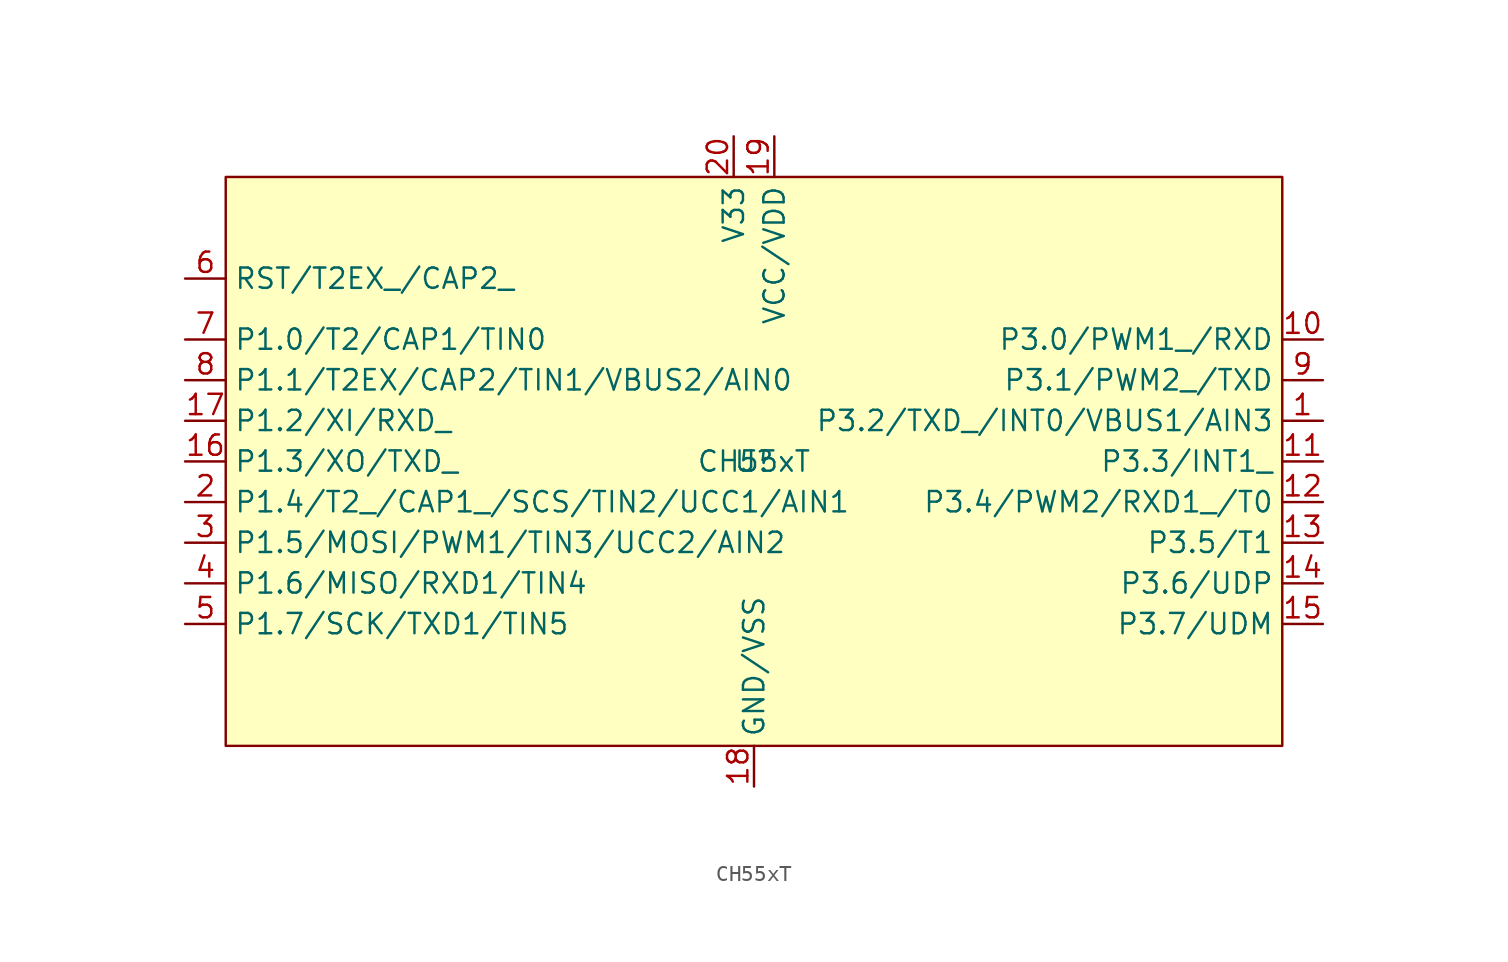
<source format=kicad_sym>
(kicad_symbol_lib
  (version 20211014)
  (generator kicad_symbol_editor)
  (symbol "CH55xT"
    (property "Reference" "U"
      (at 0 0 0)
      (effects (font (size 1.27 1.27))))
    (property "Value" "CH55xT"
      (at 0 0 0)
      (effects (font (size 1.27 1.27))))
    (symbol "CH55xT_0_1"
      (rectangle (start -33.02 17.78) (end 33.02 -17.78) (stroke (width 0) (type default) (color 0 0 0 0)) (fill (type background))))
    (symbol "CH55xT_1_1"
      (pin bidirectional line (at 35.56 2.54 180) (length 2.54) (name "P3.2/TXD_/INT0/VBUS1/AIN3" (effects (font (size 1.27 1.27)))) (number "1" (effects (font (size 1.27 1.27)))))
      (pin bidirectional line (at 35.56 7.62 180) (length 2.54) (name "P3.0/PWM1_/RXD" (effects (font (size 1.27 1.27)))) (number "10" (effects (font (size 1.27 1.27)))))
      (pin bidirectional line (at 35.56 0 180) (length 2.54) (name "P3.3/INT1_" (effects (font (size 1.27 1.27)))) (number "11" (effects (font (size 1.27 1.27)))))
      (pin bidirectional line (at 35.56 -2.54 180) (length 2.54) (name "P3.4/PWM2/RXD1_/T0" (effects (font (size 1.27 1.27)))) (number "12" (effects (font (size 1.27 1.27)))))
      (pin bidirectional line (at 35.56 -5.08 180) (length 2.54) (name "P3.5/T1" (effects (font (size 1.27 1.27)))) (number "13" (effects (font (size 1.27 1.27)))))
      (pin bidirectional line (at 35.56 -7.62 180) (length 2.54) (name "P3.6/UDP" (effects (font (size 1.27 1.27)))) (number "14" (effects (font (size 1.27 1.27)))))
      (pin bidirectional line (at 35.56 -10.16 180) (length 2.54) (name "P3.7/UDM" (effects (font (size 1.27 1.27)))) (number "15" (effects (font (size 1.27 1.27)))))
      (pin bidirectional line (at -35.56 0 0) (length 2.54) (name "P1.3/XO/TXD_" (effects (font (size 1.27 1.27)))) (number "16" (effects (font (size 1.27 1.27)))))
      (pin bidirectional line (at -35.56 2.54 0) (length 2.54) (name "P1.2/XI/RXD_" (effects (font (size 1.27 1.27)))) (number "17" (effects (font (size 1.27 1.27)))))
      (pin power_in line (at 0 -20.32 90) (length 2.54) (name "GND/VSS" (effects (font (size 1.27 1.27)))) (number "18" (effects (font (size 1.27 1.27)))))
      (pin power_in line (at 1.27 20.32 270) (length 2.54) (name "VCC/VDD" (effects (font (size 1.27 1.27)))) (number "19" (effects (font (size 1.27 1.27)))))
      (pin bidirectional line (at -35.56 -2.54 0) (length 2.54) (name "P1.4/T2_/CAP1_/SCS/TIN2/UCC1/AIN1" (effects (font (size 1.27 1.27)))) (number "2" (effects (font (size 1.27 1.27)))))
      (pin power_in line (at -1.27 20.32 270) (length 2.54) (name "V33" (effects (font (size 1.27 1.27)))) (number "20" (effects (font (size 1.27 1.27)))))
      (pin bidirectional line (at -35.56 -5.08 0) (length 2.54) (name "P1.5/MOSI/PWM1/TIN3/UCC2/AIN2" (effects (font (size 1.27 1.27)))) (number "3" (effects (font (size 1.27 1.27)))))
      (pin bidirectional line (at -35.56 -7.62 0) (length 2.54) (name "P1.6/MISO/RXD1/TIN4" (effects (font (size 1.27 1.27)))) (number "4" (effects (font (size 1.27 1.27)))))
      (pin bidirectional line (at -35.56 -10.16 0) (length 2.54) (name "P1.7/SCK/TXD1/TIN5" (effects (font (size 1.27 1.27)))) (number "5" (effects (font (size 1.27 1.27)))))
      (pin bidirectional line (at -35.56 11.43 0) (length 2.54) (name "RST/T2EX_/CAP2_" (effects (font (size 1.27 1.27)))) (number "6" (effects (font (size 1.27 1.27)))))
      (pin bidirectional line (at -35.56 7.62 0) (length 2.54) (name "P1.0/T2/CAP1/TIN0" (effects (font (size 1.27 1.27)))) (number "7" (effects (font (size 1.27 1.27)))))
      (pin bidirectional line (at -35.56 5.08 0) (length 2.54) (name "P1.1/T2EX/CAP2/TIN1/VBUS2/AIN0" (effects (font (size 1.27 1.27)))) (number "8" (effects (font (size 1.27 1.27)))))
      (pin bidirectional line (at 35.56 5.08 180) (length 2.54) (name "P3.1/PWM2_/TXD" (effects (font (size 1.27 1.27)))) (number "9" (effects (font (size 1.27 1.27))))))))
</source>
